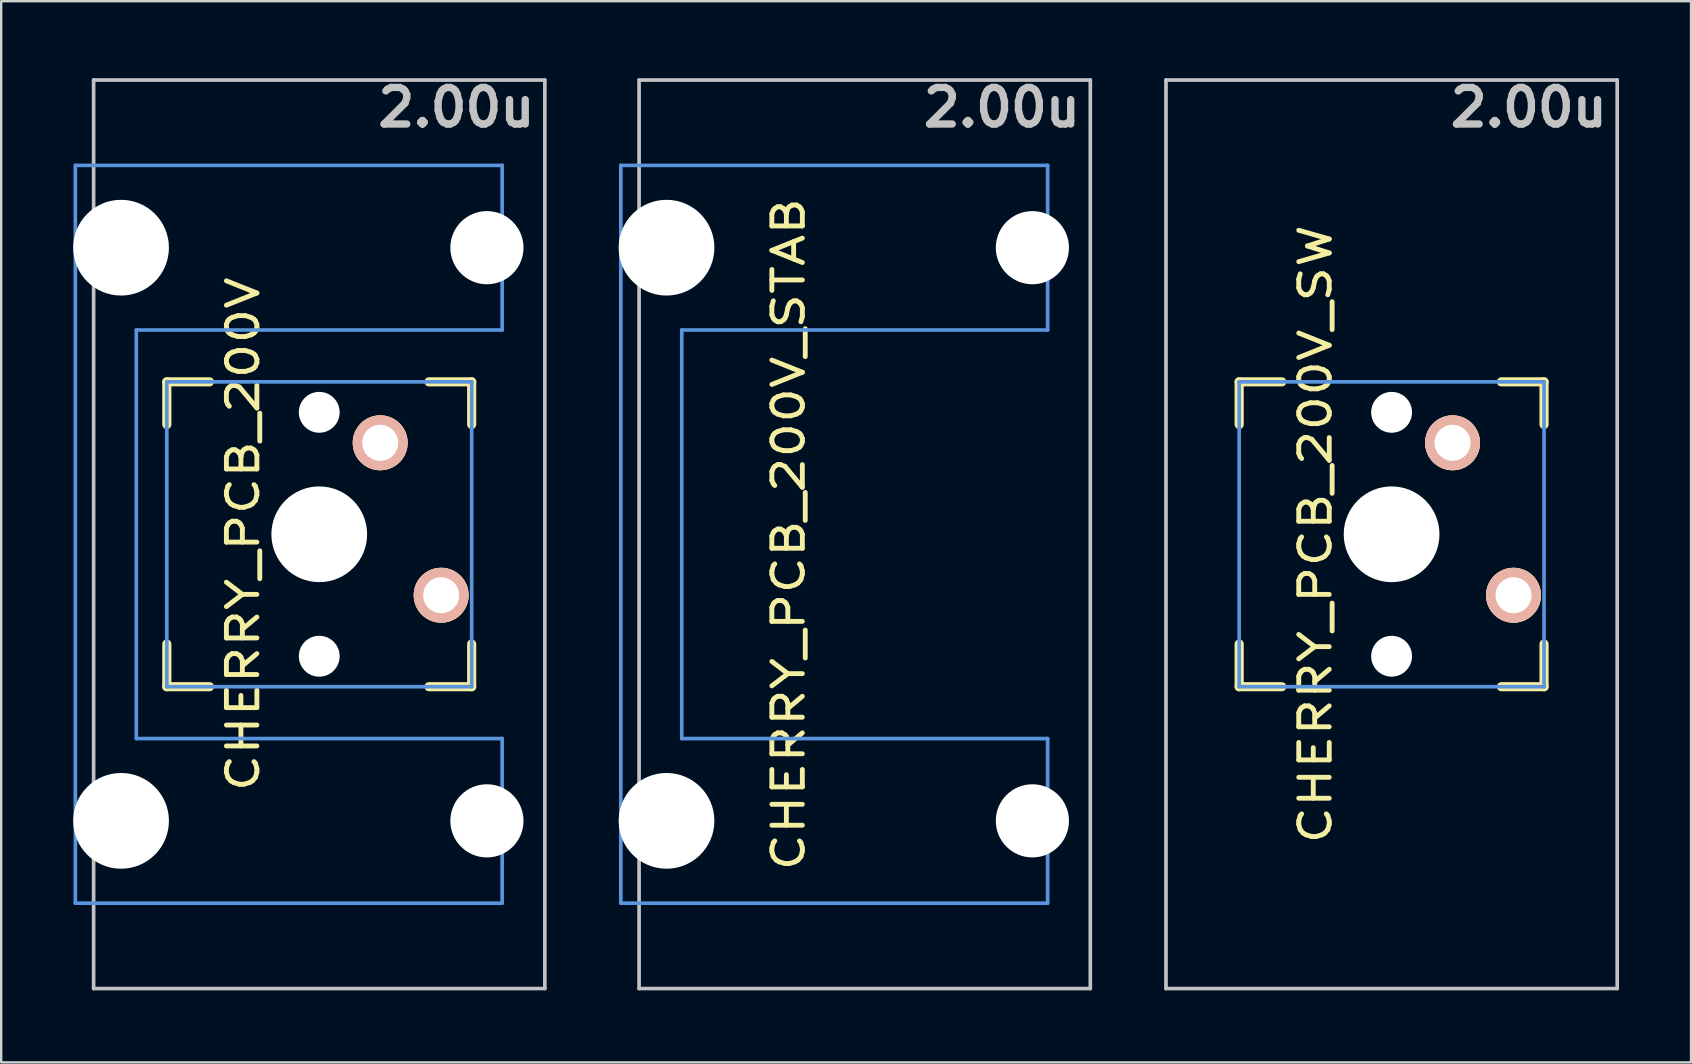
<source format=kicad_pcb>
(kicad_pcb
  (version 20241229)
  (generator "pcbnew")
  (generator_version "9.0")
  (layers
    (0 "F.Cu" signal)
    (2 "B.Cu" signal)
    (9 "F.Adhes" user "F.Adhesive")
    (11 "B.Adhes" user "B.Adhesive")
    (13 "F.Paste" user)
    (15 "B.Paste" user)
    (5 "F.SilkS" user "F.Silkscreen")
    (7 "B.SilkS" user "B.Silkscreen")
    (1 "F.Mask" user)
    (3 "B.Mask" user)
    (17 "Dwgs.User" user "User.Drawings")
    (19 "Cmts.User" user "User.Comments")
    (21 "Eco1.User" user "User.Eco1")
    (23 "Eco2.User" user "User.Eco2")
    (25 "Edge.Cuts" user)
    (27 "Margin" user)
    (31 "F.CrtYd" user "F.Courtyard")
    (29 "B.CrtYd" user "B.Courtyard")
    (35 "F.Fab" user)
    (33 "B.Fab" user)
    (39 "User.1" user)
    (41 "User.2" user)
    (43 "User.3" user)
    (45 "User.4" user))
  (footprint "CHERRY_PCB_200V_STAB"
    (layer "F.Cu")
    (at 32.654 22.064)
    (property "Reference" "CHERRY_PCB_200V_STAB" (at -2.857 -2.857 90) (layer "F.SilkS") (effects (font (size 1.27 1.524) (thickness 0.203))))
    (attr through_hole)
    (fp_line (start -9.081 -21.78) (end 9.716 -21.78) (stroke (width 0.152) (type solid)) (layer "Dwgs.User"))
    (fp_line (start -9.081 16.066) (end -9.081 -21.78) (stroke (width 0.152) (type solid)) (layer "Dwgs.User"))
    (fp_line (start 9.716 -21.78) (end 9.716 16.066) (stroke (width 0.152) (type solid)) (layer "Dwgs.User"))
    (fp_line (start 9.716 16.066) (end -9.081 16.066) (stroke (width 0.152) (type solid)) (layer "Dwgs.User"))
    (fp_line (start -9.842 -18.224) (end -9.842 12.509) (stroke (width 0.152) (type solid)) (layer "Cmts.User"))
    (fp_line (start -9.842 12.509) (end 7.938 12.509) (stroke (width 0.152) (type solid)) (layer "Cmts.User"))
    (fp_line (start -7.303 -11.367) (end 7.938 -11.367) (stroke (width 0.152) (type solid)) (layer "Cmts.User"))
    (fp_line (start -7.303 5.652) (end -7.303 -11.367) (stroke (width 0.152) (type solid)) (layer "Cmts.User"))
    (fp_line (start 7.938 -18.224) (end -9.842 -18.224) (stroke (width 0.152) (type solid)) (layer "Cmts.User"))
    (fp_line (start 7.938 -11.367) (end 7.938 -18.224) (stroke (width 0.152) (type solid)) (layer "Cmts.User"))
    (fp_line (start 7.938 5.652) (end -7.303 5.652) (stroke (width 0.152) (type solid)) (layer "Cmts.User"))
    (fp_line (start 7.938 12.509) (end 7.938 5.652) (stroke (width 0.152) (type solid)) (layer "Cmts.User"))
    (fp_line (start -7.455 -17.081) (end -6.287 -17.081) (stroke (width 0.152) (type solid)) (layer "Eco2.User"))
    (fp_line (start -7.455 -12.509) (end -7.455 -17.081) (stroke (width 0.152) (type solid)) (layer "Eco2.User"))
    (fp_line (start -7.455 6.795) (end -6.287 6.795) (stroke (width 0.152) (type solid)) (layer "Eco2.User"))
    (fp_line (start -7.455 11.367) (end -7.455 6.795) (stroke (width 0.152) (type solid)) (layer "Eco2.User"))
    (fp_line (start -6.668 -9.842) (end -5.499 -9.842) (stroke (width 0.152) (type solid)) (layer "Eco2.User"))
    (fp_line (start -6.668 4.128) (end -6.668 -9.842) (stroke (width 0.152) (type solid)) (layer "Eco2.User"))
    (fp_line (start -6.287 -18.123) (end -0.191 -18.123) (stroke (width 0.152) (type solid)) (layer "Eco2.User"))
    (fp_line (start -6.287 -17.081) (end -6.287 -18.123) (stroke (width 0.152) (type solid)) (layer "Eco2.User"))
    (fp_line (start -6.287 -12.509) (end -7.455 -12.509) (stroke (width 0.152) (type solid)) (layer "Eco2.User"))
    (fp_line (start -6.287 -11.468) (end -6.287 -12.509) (stroke (width 0.152) (type solid)) (layer "Eco2.User"))
    (fp_line (start -6.287 5.753) (end -5.499 5.753) (stroke (width 0.152) (type solid)) (layer "Eco2.User"))
    (fp_line (start -6.287 6.795) (end -6.287 5.753) (stroke (width 0.152) (type solid)) (layer "Eco2.User"))
    (fp_line (start -6.287 11.367) (end -7.455 11.367) (stroke (width 0.152) (type solid)) (layer "Eco2.User"))
    (fp_line (start -6.287 12.408) (end -6.287 11.367) (stroke (width 0.152) (type solid)) (layer "Eco2.User"))
    (fp_line (start -5.499 -11.468) (end -6.287 -11.468) (stroke (width 0.152) (type solid)) (layer "Eco2.User"))
    (fp_line (start -5.499 -9.842) (end -5.499 -11.468) (stroke (width 0.152) (type solid)) (layer "Eco2.User"))
    (fp_line (start -5.499 4.128) (end -6.668 4.128) (stroke (width 0.152) (type solid)) (layer "Eco2.User"))
    (fp_line (start -5.499 5.753) (end -5.499 4.128) (stroke (width 0.152) (type solid)) (layer "Eco2.User"))
    (fp_line (start -0.191 -18.986) (end 2.603 -18.986) (stroke (width 0.152) (type solid)) (layer "Eco2.User"))
    (fp_line (start -0.191 -18.123) (end -0.191 -18.986) (stroke (width 0.152) (type solid)) (layer "Eco2.User"))
    (fp_line (start -0.191 12.408) (end -6.287 12.408) (stroke (width 0.152) (type solid)) (layer "Eco2.User"))
    (fp_line (start -0.191 13.271) (end -0.191 12.408) (stroke (width 0.152) (type solid)) (layer "Eco2.User"))
    (fp_line (start 2.603 -18.986) (end 2.603 -18.123) (stroke (width 0.152) (type solid)) (layer "Eco2.User"))
    (fp_line (start 2.603 -18.123) (end 6.007 -18.123) (stroke (width 0.152) (type solid)) (layer "Eco2.User"))
    (fp_line (start 2.603 12.408) (end 2.603 13.271) (stroke (width 0.152) (type solid)) (layer "Eco2.User"))
    (fp_line (start 2.603 13.271) (end -0.191 13.271) (stroke (width 0.152) (type solid)) (layer "Eco2.User"))
    (fp_line (start 5.194 -11.468) (end 5.194 -9.842) (stroke (width 0.152) (type solid)) (layer "Eco2.User"))
    (fp_line (start 5.194 -9.842) (end 7.303 -9.842) (stroke (width 0.152) (type solid)) (layer "Eco2.User"))
    (fp_line (start 5.194 4.128) (end 5.194 5.753) (stroke (width 0.152) (type solid)) (layer "Eco2.User"))
    (fp_line (start 5.194 5.753) (end 6.007 5.753) (stroke (width 0.152) (type solid)) (layer "Eco2.User"))
    (fp_line (start 6.007 -18.123) (end 6.007 -11.468) (stroke (width 0.152) (type solid)) (layer "Eco2.User"))
    (fp_line (start 6.007 -11.468) (end 5.194 -11.468) (stroke (width 0.152) (type solid)) (layer "Eco2.User"))
    (fp_line (start 6.007 5.753) (end 6.007 12.408) (stroke (width 0.152) (type solid)) (layer "Eco2.User"))
    (fp_line (start 6.007 12.408) (end 2.603 12.408) (stroke (width 0.152) (type solid)) (layer "Eco2.User"))
    (fp_line (start 7.303 -9.842) (end 7.303 4.128) (stroke (width 0.152) (type solid)) (layer "Eco2.User"))
    (fp_line (start 7.303 4.128) (end 5.194 4.128) (stroke (width 0.152) (type solid)) (layer "Eco2.User"))
    (fp_text user "2.00u" (at 6.032 -20.637 180) (layer "Dwgs.User") (effects (font (size 1.524 1.524) (thickness 0.305))))
    (pad "" np_thru_hole circle (at -7.938 -14.796 270) (size 3.988 3.988) (drill 3.988) (layers "*.Cu"))
    (pad "" np_thru_hole circle (at -7.938 9.081 270) (size 3.988 3.988) (drill 3.988) (layers "*.Cu"))
    (pad "" np_thru_hole circle (at 7.303 -14.796 270) (size 3.048 3.048) (drill 3.048) (layers "*.Cu"))
    (pad "" np_thru_hole circle (at 7.303 9.081 270) (size 3.048 3.048) (drill 3.048) (layers "*.Cu")))
  (footprint "CHERRY_PCB_200V"
    (layer "F.Cu")
    (at 9.931 22.064)
    (property "Reference" "CHERRY_PCB_200V" (at -2.857 -2.857 270) (layer "F.SilkS") (effects (font (size 1.27 1.524) (thickness 0.203))))
    (attr through_hole)
    (fp_line (start -6.032 -9.207) (end -4.255 -9.207) (stroke (width 0.381) (type solid)) (layer "F.SilkS"))
    (fp_line (start -6.032 -7.429) (end -6.032 -9.207) (stroke (width 0.381) (type solid)) (layer "F.SilkS"))
    (fp_line (start -6.032 3.493) (end -6.032 1.714) (stroke (width 0.381) (type solid)) (layer "F.SilkS"))
    (fp_line (start -4.255 3.493) (end -6.032 3.493) (stroke (width 0.381) (type solid)) (layer "F.SilkS"))
    (fp_line (start 4.889 -9.207) (end 6.668 -9.207) (stroke (width 0.381) (type solid)) (layer "F.SilkS"))
    (fp_line (start 6.668 -9.207) (end 6.668 -7.429) (stroke (width 0.381) (type solid)) (layer "F.SilkS"))
    (fp_line (start 6.668 1.714) (end 6.668 3.493) (stroke (width 0.381) (type solid)) (layer "F.SilkS"))
    (fp_line (start 6.668 3.493) (end 4.889 3.493) (stroke (width 0.381) (type solid)) (layer "F.SilkS"))
    (fp_line (start -9.081 -21.78) (end 9.716 -21.78) (stroke (width 0.152) (type solid)) (layer "Dwgs.User"))
    (fp_line (start -9.081 16.066) (end -9.081 -21.78) (stroke (width 0.152) (type solid)) (layer "Dwgs.User"))
    (fp_line (start 9.716 -21.78) (end 9.716 16.066) (stroke (width 0.152) (type solid)) (layer "Dwgs.User"))
    (fp_line (start 9.716 16.066) (end -9.081 16.066) (stroke (width 0.152) (type solid)) (layer "Dwgs.User"))
    (fp_line (start -9.842 -18.224) (end -9.842 12.509) (stroke (width 0.152) (type solid)) (layer "Cmts.User"))
    (fp_line (start -9.842 12.509) (end 7.938 12.509) (stroke (width 0.152) (type solid)) (layer "Cmts.User"))
    (fp_line (start -7.303 -11.367) (end 7.938 -11.367) (stroke (width 0.152) (type solid)) (layer "Cmts.User"))
    (fp_line (start -7.303 5.652) (end -7.303 -11.367) (stroke (width 0.152) (type solid)) (layer "Cmts.User"))
    (fp_line (start -6.032 -9.207) (end 6.668 -9.207) (stroke (width 0.152) (type solid)) (layer "Cmts.User"))
    (fp_line (start -6.032 3.493) (end -6.032 -9.207) (stroke (width 0.152) (type solid)) (layer "Cmts.User"))
    (fp_line (start 6.668 -9.207) (end 6.668 3.493) (stroke (width 0.152) (type solid)) (layer "Cmts.User"))
    (fp_line (start 6.668 3.493) (end -6.032 3.493) (stroke (width 0.152) (type solid)) (layer "Cmts.User"))
    (fp_line (start 7.938 -18.224) (end -9.842 -18.224) (stroke (width 0.152) (type solid)) (layer "Cmts.User"))
    (fp_line (start 7.938 -11.367) (end 7.938 -18.224) (stroke (width 0.152) (type solid)) (layer "Cmts.User"))
    (fp_line (start 7.938 5.652) (end -7.303 5.652) (stroke (width 0.152) (type solid)) (layer "Cmts.User"))
    (fp_line (start 7.938 12.509) (end 7.938 5.652) (stroke (width 0.152) (type solid)) (layer "Cmts.User"))
    (fp_line (start -7.455 -17.081) (end -6.287 -17.081) (stroke (width 0.152) (type solid)) (layer "Eco2.User"))
    (fp_line (start -7.455 -12.509) (end -7.455 -17.081) (stroke (width 0.152) (type solid)) (layer "Eco2.User"))
    (fp_line (start -7.455 6.795) (end -6.287 6.795) (stroke (width 0.152) (type solid)) (layer "Eco2.User"))
    (fp_line (start -7.455 11.367) (end -7.455 6.795) (stroke (width 0.152) (type solid)) (layer "Eco2.User"))
    (fp_line (start -6.668 -9.842) (end -5.499 -9.842) (stroke (width 0.152) (type solid)) (layer "Eco2.User"))
    (fp_line (start -6.668 4.128) (end -6.668 -9.842) (stroke (width 0.152) (type solid)) (layer "Eco2.User"))
    (fp_line (start -6.287 -18.123) (end -0.191 -18.123) (stroke (width 0.152) (type solid)) (layer "Eco2.User"))
    (fp_line (start -6.287 -17.081) (end -6.287 -18.123) (stroke (width 0.152) (type solid)) (layer "Eco2.User"))
    (fp_line (start -6.287 -12.509) (end -7.455 -12.509) (stroke (width 0.152) (type solid)) (layer "Eco2.User"))
    (fp_line (start -6.287 -11.468) (end -6.287 -12.509) (stroke (width 0.152) (type solid)) (layer "Eco2.User"))
    (fp_line (start -6.287 5.753) (end -5.499 5.753) (stroke (width 0.152) (type solid)) (layer "Eco2.User"))
    (fp_line (start -6.287 6.795) (end -6.287 5.753) (stroke (width 0.152) (type solid)) (layer "Eco2.User"))
    (fp_line (start -6.287 11.367) (end -7.455 11.367) (stroke (width 0.152) (type solid)) (layer "Eco2.User"))
    (fp_line (start -6.287 12.408) (end -6.287 11.367) (stroke (width 0.152) (type solid)) (layer "Eco2.User"))
    (fp_line (start -5.499 -11.468) (end -6.287 -11.468) (stroke (width 0.152) (type solid)) (layer "Eco2.User"))
    (fp_line (start -5.499 -9.842) (end -5.499 -11.468) (stroke (width 0.152) (type solid)) (layer "Eco2.User"))
    (fp_line (start -5.499 4.128) (end -6.668 4.128) (stroke (width 0.152) (type solid)) (layer "Eco2.User"))
    (fp_line (start -5.499 5.753) (end -5.499 4.128) (stroke (width 0.152) (type solid)) (layer "Eco2.User"))
    (fp_line (start -0.191 -18.986) (end 2.603 -18.986) (stroke (width 0.152) (type solid)) (layer "Eco2.User"))
    (fp_line (start -0.191 -18.123) (end -0.191 -18.986) (stroke (width 0.152) (type solid)) (layer "Eco2.User"))
    (fp_line (start -0.191 12.408) (end -6.287 12.408) (stroke (width 0.152) (type solid)) (layer "Eco2.User"))
    (fp_line (start -0.191 13.271) (end -0.191 12.408) (stroke (width 0.152) (type solid)) (layer "Eco2.User"))
    (fp_line (start 2.603 -18.986) (end 2.603 -18.123) (stroke (width 0.152) (type solid)) (layer "Eco2.User"))
    (fp_line (start 2.603 -18.123) (end 6.007 -18.123) (stroke (width 0.152) (type solid)) (layer "Eco2.User"))
    (fp_line (start 2.603 12.408) (end 2.603 13.271) (stroke (width 0.152) (type solid)) (layer "Eco2.User"))
    (fp_line (start 2.603 13.271) (end -0.191 13.271) (stroke (width 0.152) (type solid)) (layer "Eco2.User"))
    (fp_line (start 5.194 -11.468) (end 5.194 -9.842) (stroke (width 0.152) (type solid)) (layer "Eco2.User"))
    (fp_line (start 5.194 -9.842) (end 7.303 -9.842) (stroke (width 0.152) (type solid)) (layer "Eco2.User"))
    (fp_line (start 5.194 4.128) (end 5.194 5.753) (stroke (width 0.152) (type solid)) (layer "Eco2.User"))
    (fp_line (start 5.194 5.753) (end 6.007 5.753) (stroke (width 0.152) (type solid)) (layer "Eco2.User"))
    (fp_line (start 6.007 -18.123) (end 6.007 -11.468) (stroke (width 0.152) (type solid)) (layer "Eco2.User"))
    (fp_line (start 6.007 -11.468) (end 5.194 -11.468) (stroke (width 0.152) (type solid)) (layer "Eco2.User"))
    (fp_line (start 6.007 5.753) (end 6.007 12.408) (stroke (width 0.152) (type solid)) (layer "Eco2.User"))
    (fp_line (start 6.007 12.408) (end 2.603 12.408) (stroke (width 0.152) (type solid)) (layer "Eco2.User"))
    (fp_line (start 7.303 -9.842) (end 7.303 4.128) (stroke (width 0.152) (type solid)) (layer "Eco2.User"))
    (fp_line (start 7.303 4.128) (end 5.194 4.128) (stroke (width 0.152) (type solid)) (layer "Eco2.User"))
    (fp_text user "2.00u" (at 6.032 -20.637 180) (layer "Dwgs.User") (effects (font (size 1.524 1.524) (thickness 0.305))))
    (pad "" np_thru_hole circle (at -7.938 -14.796 270) (size 3.988 3.988) (drill 3.988) (layers "*.Cu"))
    (pad "" np_thru_hole circle (at -7.938 9.081 270) (size 3.988 3.988) (drill 3.988) (layers "*.Cu"))
    (pad "" np_thru_hole circle (at 0.318 -7.938 270) (size 1.702 1.702) (drill 1.702) (layers "*.Cu"))
    (pad "" np_thru_hole circle (at 0.318 -2.857 270) (size 3.988 3.988) (drill 3.988) (layers "*.Cu"))
    (pad "" np_thru_hole circle (at 0.318 2.223 270) (size 1.702 1.702) (drill 1.702) (layers "*.Cu"))
    (pad "" np_thru_hole circle (at 7.303 -14.796 270) (size 3.048 3.048) (drill 3.048) (layers "*.Cu"))
    (pad "" np_thru_hole circle (at 7.303 9.081 270) (size 3.048 3.048) (drill 3.048) (layers "*.Cu"))
    (pad "1" thru_hole circle (at 5.397 -0.318 270) (size 2.286 2.286) (drill 1.499) (layers "*.Cu" "*.SilkS" "*.Mask"))
    (pad "2" thru_hole circle (at 2.857 -6.668 270) (size 2.286 2.286) (drill 1.499) (layers "*.Cu" "*.SilkS" "*.Mask")))
  (footprint "CHERRY_PCB_200V_SW"
    (layer "F.Cu")
    (at 54.603 22.064)
    (property "Reference" "CHERRY_PCB_200V_SW" (at -2.857 -2.857 270) (layer "F.SilkS") (effects (font (size 1.27 1.524) (thickness 0.203))))
    (attr through_hole)
    (fp_line (start -6.032 -9.207) (end -4.255 -9.207) (stroke (width 0.381) (type solid)) (layer "F.SilkS"))
    (fp_line (start -6.032 -7.429) (end -6.032 -9.207) (stroke (width 0.381) (type solid)) (layer "F.SilkS"))
    (fp_line (start -6.032 3.493) (end -6.032 1.714) (stroke (width 0.381) (type solid)) (layer "F.SilkS"))
    (fp_line (start -4.255 3.493) (end -6.032 3.493) (stroke (width 0.381) (type solid)) (layer "F.SilkS"))
    (fp_line (start 4.889 -9.207) (end 6.668 -9.207) (stroke (width 0.381) (type solid)) (layer "F.SilkS"))
    (fp_line (start 6.668 -9.207) (end 6.668 -7.429) (stroke (width 0.381) (type solid)) (layer "F.SilkS"))
    (fp_line (start 6.668 1.714) (end 6.668 3.493) (stroke (width 0.381) (type solid)) (layer "F.SilkS"))
    (fp_line (start 6.668 3.493) (end 4.889 3.493) (stroke (width 0.381) (type solid)) (layer "F.SilkS"))
    (fp_line (start -9.081 -21.78) (end 9.716 -21.78) (stroke (width 0.152) (type solid)) (layer "Dwgs.User"))
    (fp_line (start -9.081 16.066) (end -9.081 -21.78) (stroke (width 0.152) (type solid)) (layer "Dwgs.User"))
    (fp_line (start 9.716 -21.78) (end 9.716 16.066) (stroke (width 0.152) (type solid)) (layer "Dwgs.User"))
    (fp_line (start 9.716 16.066) (end -9.081 16.066) (stroke (width 0.152) (type solid)) (layer "Dwgs.User"))
    (fp_line (start -6.032 -9.207) (end 6.668 -9.207) (stroke (width 0.152) (type solid)) (layer "Cmts.User"))
    (fp_line (start -6.032 3.493) (end -6.032 -9.207) (stroke (width 0.152) (type solid)) (layer "Cmts.User"))
    (fp_line (start 6.668 -9.207) (end 6.668 3.493) (stroke (width 0.152) (type solid)) (layer "Cmts.User"))
    (fp_line (start 6.668 3.493) (end -6.032 3.493) (stroke (width 0.152) (type solid)) (layer "Cmts.User"))
    (fp_line (start -6.668 -9.842) (end -5.499 -9.842) (stroke (width 0.152) (type solid)) (layer "Eco2.User"))
    (fp_line (start -6.668 4.128) (end -6.668 -9.842) (stroke (width 0.152) (type solid)) (layer "Eco2.User"))
    (fp_line (start -5.499 4.128) (end -6.668 4.128) (stroke (width 0.152) (type solid)) (layer "Eco2.User"))
    (fp_line (start 5.194 -9.842) (end 7.303 -9.842) (stroke (width 0.152) (type solid)) (layer "Eco2.User"))
    (fp_line (start 7.303 -9.842) (end 7.303 4.128) (stroke (width 0.152) (type solid)) (layer "Eco2.User"))
    (fp_line (start 7.303 4.128) (end 5.194 4.128) (stroke (width 0.152) (type solid)) (layer "Eco2.User"))
    (fp_text user "2.00u" (at 6.032 -20.637 180) (layer "Dwgs.User") (effects (font (size 1.524 1.524) (thickness 0.305))))
    (pad "" np_thru_hole circle (at 0.318 -7.938 270) (size 1.702 1.702) (drill 1.702) (layers "*.Cu"))
    (pad "" np_thru_hole circle (at 0.318 -2.857 270) (size 3.988 3.988) (drill 3.988) (layers "*.Cu"))
    (pad "" np_thru_hole circle (at 0.318 2.223 270) (size 1.702 1.702) (drill 1.702) (layers "*.Cu"))
    (pad "1" thru_hole circle (at 5.397 -0.318 270) (size 2.286 2.286) (drill 1.499) (layers "*.Cu" "*.SilkS" "*.Mask"))
    (pad "2" thru_hole circle (at 2.857 -6.668 270) (size 2.286 2.286) (drill 1.499) (layers "*.Cu" "*.SilkS" "*.Mask")))
  (gr_rect
    (start -3 -3)
    (end 67.395 41.206)
    (stroke (width 0.1) (type default))
    (fill no)
    (layer "Edge.Cuts")))
</source>
